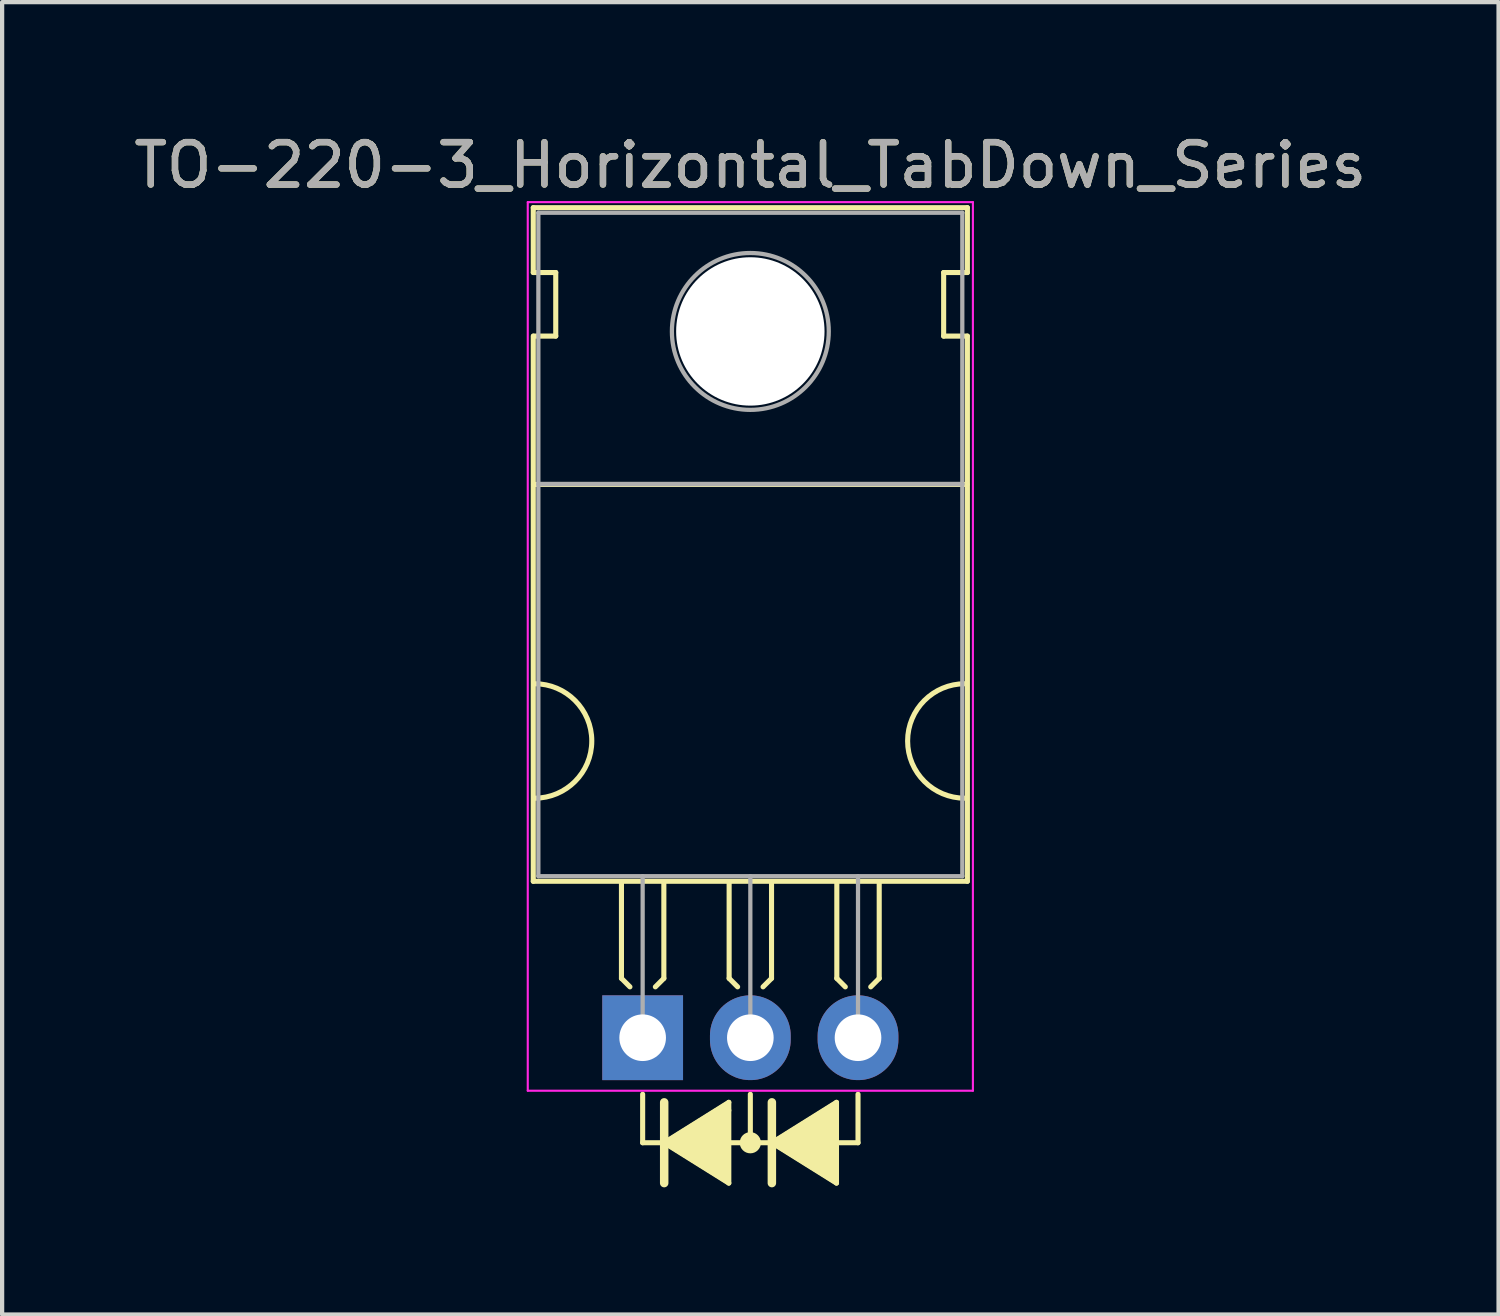
<source format=kicad_pcb>
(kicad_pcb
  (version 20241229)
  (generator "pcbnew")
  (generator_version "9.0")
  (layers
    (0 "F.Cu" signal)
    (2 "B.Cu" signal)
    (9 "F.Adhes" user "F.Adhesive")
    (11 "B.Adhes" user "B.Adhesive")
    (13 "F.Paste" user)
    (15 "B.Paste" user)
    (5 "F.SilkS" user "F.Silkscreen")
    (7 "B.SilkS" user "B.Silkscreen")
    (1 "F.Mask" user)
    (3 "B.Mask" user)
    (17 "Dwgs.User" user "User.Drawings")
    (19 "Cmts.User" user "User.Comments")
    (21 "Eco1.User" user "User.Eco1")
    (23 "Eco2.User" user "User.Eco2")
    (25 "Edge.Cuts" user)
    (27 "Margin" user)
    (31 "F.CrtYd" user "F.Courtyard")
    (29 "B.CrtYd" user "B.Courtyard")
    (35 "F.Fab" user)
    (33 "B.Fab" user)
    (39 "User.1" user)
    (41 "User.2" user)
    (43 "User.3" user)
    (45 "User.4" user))
  (footprint "TO-220-3_Horizontal_TabDown_Series"
    (layer "F.Cu")
    (at 12.109 21.428)
    (property "Reference" "TO-220-3_Horizontal_TabDown_Series" (at 2.54 -20.58 0) (layer "F.SilkS") (effects (font (size 1 1) (thickness 0.15))))
    (attr through_hole)
    (fp_line (start -2.58 -19.58) (end -2.58 -18.05) (stroke (width 0.12) (type solid)) (layer "F.SilkS"))
    (fp_line (start -2.58 -19.58) (end 7.66 -19.58) (stroke (width 0.12) (type solid)) (layer "F.SilkS"))
    (fp_line (start -2.58 -18.05) (end -2.05 -18.05) (stroke (width 0.12) (type solid)) (layer "F.SilkS"))
    (fp_line (start -2.58 -16.55) (end -2.58 -3.69) (stroke (width 0.12) (type solid)) (layer "F.SilkS"))
    (fp_line (start -2.58 -3.69) (end 7.66 -3.69) (stroke (width 0.12) (type solid)) (layer "F.SilkS"))
    (fp_line (start -2.575 -13.05) (end 7.65 -13.05) (stroke (width 0.12) (type solid)) (layer "F.SilkS"))
    (fp_line (start -2.05 -18.05) (end -2.05 -16.55) (stroke (width 0.12) (type solid)) (layer "F.SilkS"))
    (fp_line (start -2.05 -16.55) (end -2.575 -16.55) (stroke (width 0.12) (type solid)) (layer "F.SilkS"))
    (fp_line (start -0.5 -3.65) (end -0.5 -1.4) (stroke (width 0.12) (type solid)) (layer "F.SilkS"))
    (fp_line (start -0.5 -1.4) (end -0.3 -1.2) (stroke (width 0.12) (type solid)) (layer "F.SilkS"))
    (fp_line (start 0 1.333) (end 0 2.477) (stroke (width 0.12) (type solid)) (layer "F.SilkS"))
    (fp_line (start 0 2.477) (end 0.508 2.477) (stroke (width 0.12) (type solid)) (layer "F.SilkS"))
    (fp_line (start 0.5 -3.65) (end 0.5 -1.4) (stroke (width 0.12) (type solid)) (layer "F.SilkS"))
    (fp_line (start 0.5 -1.4) (end 0.3 -1.2) (stroke (width 0.12) (type solid)) (layer "F.SilkS"))
    (fp_line (start 0.508 1.524) (end 0.508 3.429) (stroke (width 0.2) (type solid)) (layer "F.SilkS"))
    (fp_line (start 0.508 2.477) (end 2.032 1.524) (stroke (width 0.12) (type solid)) (layer "F.SilkS"))
    (fp_line (start 0.508 2.477) (end 2.032 3.429) (stroke (width 0.12) (type solid)) (layer "F.SilkS"))
    (fp_line (start 2.032 1.714) (end 2.032 1.524) (stroke (width 0.12) (type solid)) (layer "F.SilkS"))
    (fp_line (start 2.032 3.429) (end 2.032 1.714) (stroke (width 0.12) (type solid)) (layer "F.SilkS"))
    (fp_line (start 2.04 -3.65) (end 2.04 -1.4) (stroke (width 0.12) (type solid)) (layer "F.SilkS"))
    (fp_line (start 2.04 -1.4) (end 2.24 -1.2) (stroke (width 0.12) (type solid)) (layer "F.SilkS"))
    (fp_line (start 2.54 1.333) (end 2.54 2.477) (stroke (width 0.12) (type solid)) (layer "F.SilkS"))
    (fp_line (start 2.54 2.477) (end 2.032 2.477) (stroke (width 0.12) (type solid)) (layer "F.SilkS"))
    (fp_line (start 2.54 2.477) (end 3.048 2.477) (stroke (width 0.12) (type solid)) (layer "F.SilkS"))
    (fp_line (start 3.04 -3.65) (end 3.04 -1.4) (stroke (width 0.12) (type solid)) (layer "F.SilkS"))
    (fp_line (start 3.04 -1.4) (end 2.84 -1.2) (stroke (width 0.12) (type solid)) (layer "F.SilkS"))
    (fp_line (start 3.048 1.524) (end 3.048 3.429) (stroke (width 0.2) (type solid)) (layer "F.SilkS"))
    (fp_line (start 3.048 2.477) (end 4.572 3.429) (stroke (width 0.12) (type solid)) (layer "F.SilkS"))
    (fp_line (start 4.572 1.524) (end 3.048 2.477) (stroke (width 0.12) (type solid)) (layer "F.SilkS"))
    (fp_line (start 4.572 3.429) (end 4.572 1.524) (stroke (width 0.12) (type solid)) (layer "F.SilkS"))
    (fp_line (start 4.58 -3.65) (end 4.58 -1.4) (stroke (width 0.12) (type solid)) (layer "F.SilkS"))
    (fp_line (start 4.58 -1.4) (end 4.78 -1.2) (stroke (width 0.12) (type solid)) (layer "F.SilkS"))
    (fp_line (start 5.08 1.333) (end 5.08 2.477) (stroke (width 0.12) (type solid)) (layer "F.SilkS"))
    (fp_line (start 5.08 2.477) (end 4.572 2.477) (stroke (width 0.12) (type solid)) (layer "F.SilkS"))
    (fp_line (start 5.58 -3.65) (end 5.58 -1.4) (stroke (width 0.12) (type solid)) (layer "F.SilkS"))
    (fp_line (start 5.58 -1.4) (end 5.38 -1.2) (stroke (width 0.12) (type solid)) (layer "F.SilkS"))
    (fp_line (start 7.1 -18.05) (end 7.66 -18.05) (stroke (width 0.12) (type solid)) (layer "F.SilkS"))
    (fp_line (start 7.1 -16.55) (end 7.1 -18.05) (stroke (width 0.12) (type solid)) (layer "F.SilkS"))
    (fp_line (start 7.66 -19.58) (end 7.66 -18.05) (stroke (width 0.12) (type solid)) (layer "F.SilkS"))
    (fp_line (start 7.66 -16.55) (end 7.1 -16.55) (stroke (width 0.12) (type solid)) (layer "F.SilkS"))
    (fp_line (start 7.66 -16.55) (end 7.66 -3.69) (stroke (width 0.12) (type solid)) (layer "F.SilkS"))
    (fp_arc (start -2.55 -8.35) (mid -1.2 -7) (end -2.55 -5.65) (stroke (width 0.12) (type solid)) (layer "F.SilkS"))
    (fp_arc (start 7.6 -5.65) (mid 6.25 -7) (end 7.6 -8.35) (stroke (width 0.12) (type solid)) (layer "F.SilkS"))
    (fp_circle (center 2.54 2.477) (end 2.54 2.54) (stroke (width 0.12) (type solid)) (fill no) (layer "F.SilkS"))
    (fp_circle (center 2.54 2.477) (end 2.54 2.603) (stroke (width 0.12) (type solid)) (fill no) (layer "F.SilkS"))
    (fp_circle (center 2.54 2.477) (end 2.54 2.667) (stroke (width 0.12) (type solid)) (fill no) (layer "F.SilkS"))
    (fp_poly (pts (xy 0.508 2.477) (xy 2.032 1.524) (xy 2.032 3.429)) (stroke (width 0.1) (type solid)) (fill yes) (layer "F.SilkS"))
    (fp_poly (pts (xy 4.572 3.429) (xy 3.048 2.477) (xy 4.572 1.524)) (stroke (width 0.1) (type solid)) (fill yes) (layer "F.SilkS"))
    (fp_line (start -2.71 -19.71) (end -2.71 1.25) (stroke (width 0.05) (type solid)) (layer "F.CrtYd"))
    (fp_line (start -2.71 1.25) (end 7.79 1.25) (stroke (width 0.05) (type solid)) (layer "F.CrtYd"))
    (fp_line (start 7.79 -19.71) (end -2.71 -19.71) (stroke (width 0.05) (type solid)) (layer "F.CrtYd"))
    (fp_line (start 7.79 1.25) (end 7.79 -19.71) (stroke (width 0.05) (type solid)) (layer "F.CrtYd"))
    (fp_line (start -2.46 -19.46) (end 7.54 -19.46) (stroke (width 0.1) (type solid)) (layer "F.Fab"))
    (fp_line (start -2.46 -13.06) (end -2.46 -19.46) (stroke (width 0.1) (type solid)) (layer "F.Fab"))
    (fp_line (start -2.46 -13.06) (end 7.54 -13.06) (stroke (width 0.1) (type solid)) (layer "F.Fab"))
    (fp_line (start -2.46 -3.81) (end -2.46 -13.06) (stroke (width 0.1) (type solid)) (layer "F.Fab"))
    (fp_line (start 0 -3.81) (end 0 0) (stroke (width 0.1) (type solid)) (layer "F.Fab"))
    (fp_line (start 2.54 -3.81) (end 2.54 0) (stroke (width 0.1) (type solid)) (layer "F.Fab"))
    (fp_line (start 5.08 -3.81) (end 5.08 0) (stroke (width 0.1) (type solid)) (layer "F.Fab"))
    (fp_line (start 7.54 -19.46) (end 7.54 -13.06) (stroke (width 0.1) (type solid)) (layer "F.Fab"))
    (fp_line (start 7.54 -13.06) (end -2.46 -13.06) (stroke (width 0.1) (type solid)) (layer "F.Fab"))
    (fp_line (start 7.54 -13.06) (end 7.54 -3.81) (stroke (width 0.1) (type solid)) (layer "F.Fab"))
    (fp_line (start 7.54 -3.81) (end -2.46 -3.81) (stroke (width 0.1) (type solid)) (layer "F.Fab"))
    (fp_circle (center 2.54 -16.66) (end 4.39 -16.66) (stroke (width 0.1) (type solid)) (fill no) (layer "F.Fab"))
    (fp_text user "${REFERENCE}" (at 2.54 -20.58 0) (layer "F.Fab") (effects (font (size 1 1) (thickness 0.15))))
    (pad "" np_thru_hole oval (at 2.54 -16.66) (size 3.5 3.5) (drill 3.5) (layers "*.Cu" "*.Mask"))
    (pad "1" thru_hole rect (at 0 0) (size 1.905 2) (drill 1.1) (layers "*.Cu" "*.Mask"))
    (pad "2" thru_hole oval (at 2.54 0) (size 1.905 2) (drill 1.1) (layers "*.Cu" "*.Mask"))
    (pad "3" thru_hole oval (at 5.08 0) (size 1.905 2) (drill 1.1) (layers "*.Cu" "*.Mask")))
  (gr_rect
    (start -3 -3)
    (end 32.298 27.957)
    (stroke (width 0.1) (type default))
    (fill no)
    (layer "Edge.Cuts")))
</source>
